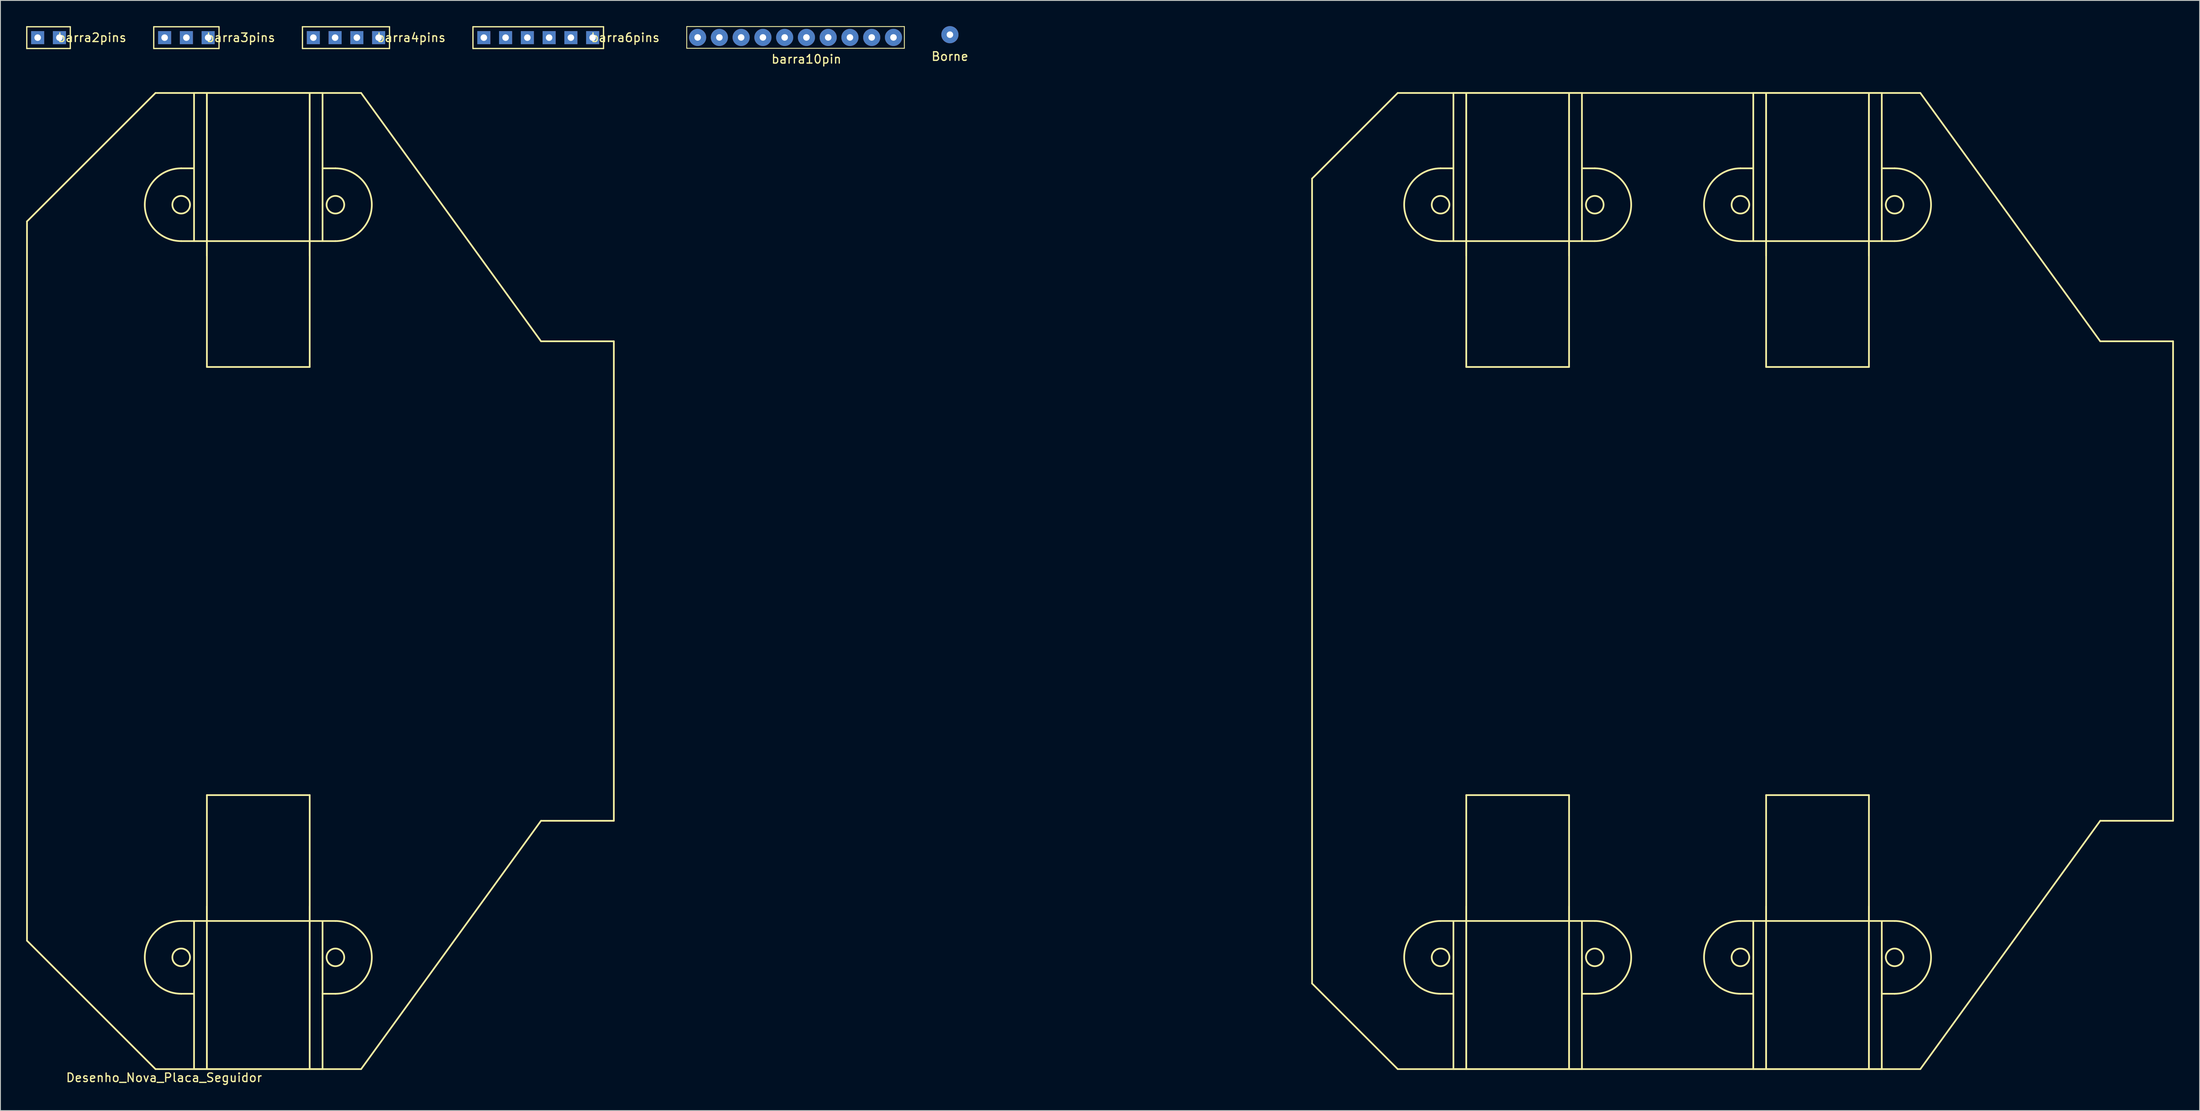
<source format=kicad_pcb>
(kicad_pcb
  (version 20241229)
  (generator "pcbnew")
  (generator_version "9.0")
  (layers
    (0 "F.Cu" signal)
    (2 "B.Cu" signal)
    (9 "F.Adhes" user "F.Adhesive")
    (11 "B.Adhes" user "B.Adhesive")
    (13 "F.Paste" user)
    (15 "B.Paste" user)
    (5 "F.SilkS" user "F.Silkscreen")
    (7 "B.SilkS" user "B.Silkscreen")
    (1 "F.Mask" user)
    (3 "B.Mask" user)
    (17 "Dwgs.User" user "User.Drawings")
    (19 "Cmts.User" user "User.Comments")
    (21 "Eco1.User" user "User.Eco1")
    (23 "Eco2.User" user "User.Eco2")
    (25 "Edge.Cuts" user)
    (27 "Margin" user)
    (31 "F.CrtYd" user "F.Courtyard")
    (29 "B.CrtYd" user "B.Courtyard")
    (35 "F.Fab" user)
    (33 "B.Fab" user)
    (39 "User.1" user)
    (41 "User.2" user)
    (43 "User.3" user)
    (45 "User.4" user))
  (footprint "barra2pins"
    (layer "F.Cu")
    (at 3.885 1.345)
    (property "Reference" "barra2pins" (at 3.81 0 0) (layer "F.SilkS") (effects (font (size 1 1) (thickness 0.15))))
    (attr through_hole)
    (fp_line (start -3.81 -1.27) (end -3.81 1.27) (stroke (width 0.15) (type solid)) (layer "F.SilkS"))
    (fp_line (start -3.81 1.27) (end 1.27 1.27) (stroke (width 0.15) (type solid)) (layer "F.SilkS"))
    (fp_line (start 1.27 -1.27) (end -3.81 -1.27) (stroke (width 0.15) (type solid)) (layer "F.SilkS"))
    (fp_line (start 1.27 1.27) (end 1.27 -1.27) (stroke (width 0.15) (type solid)) (layer "F.SilkS"))
    (pad "1" thru_hole rect (at -2.54 0) (size 1.524 1.524) (drill 0.762) (layers "*.Cu" "*.Mask"))
    (pad "2" thru_hole rect (at 0 0) (size 1.524 1.524) (drill 0.762) (layers "*.Cu" "*.Mask")))
  (footprint "barra6pins"
    (layer "F.Cu")
    (at 58.505 1.345)
    (property "Reference" "barra6pins" (at 11.43 0 0) (layer "F.SilkS") (effects (font (size 1 1) (thickness 0.15))))
    (attr through_hole)
    (fp_line (start -6.35 -1.27) (end -6.35 1.27) (stroke (width 0.15) (type solid)) (layer "F.SilkS"))
    (fp_line (start -6.35 1.27) (end 8.89 1.27) (stroke (width 0.15) (type solid)) (layer "F.SilkS"))
    (fp_line (start 8.89 -1.27) (end -6.35 -1.27) (stroke (width 0.15) (type solid)) (layer "F.SilkS"))
    (fp_line (start 8.89 1.27) (end 8.89 -1.27) (stroke (width 0.15) (type solid)) (layer "F.SilkS"))
    (pad "1" thru_hole rect (at -5.08 0) (size 1.524 1.524) (drill 0.762) (layers "*.Cu" "*.Mask"))
    (pad "2" thru_hole rect (at -2.54 0) (size 1.524 1.524) (drill 0.762) (layers "*.Cu" "*.Mask"))
    (pad "3" thru_hole rect (at 0 0) (size 1.524 1.524) (drill 0.762) (layers "*.Cu" "*.Mask"))
    (pad "4" thru_hole rect (at 2.54 0) (size 1.524 1.524) (drill 0.762) (layers "*.Cu" "*.Mask"))
    (pad "5" thru_hole rect (at 5.08 0) (size 1.524 1.524) (drill 0.762) (layers "*.Cu" "*.Mask"))
    (pad "6" thru_hole rect (at 7.62 0) (size 1.524 1.524) (drill 0.762) (layers "*.Cu" "*.Mask")))
  (footprint "Desenho_Nova_Placa_Seguidor"
    (layer "F.Cu")
    (at 15.1 121.808)
    (property "Reference" "Desenho_Nova_Placa_Seguidor" (at 1 1 0) (layer "F.SilkS") (effects (font (size 1 1) (thickness 0.15))))
    (attr through_hole)
    (fp_line (start -15 -99) (end -15 -15) (stroke (width 0.2) (type solid)) (layer "F.SilkS"))
    (fp_line (start -15 -99) (end 0 -114) (stroke (width 0.2) (type solid)) (layer "F.SilkS"))
    (fp_line (start -15 -15) (end 0 0) (stroke (width 0.2) (type solid)) (layer "F.SilkS"))
    (fp_line (start 0 -114) (end 24 -114) (stroke (width 0.2) (type solid)) (layer "F.SilkS"))
    (fp_line (start 0 0) (end 24 0) (stroke (width 0.2) (type solid)) (layer "F.SilkS"))
    (fp_line (start 3 -105.2) (end 4.5 -105.2) (stroke (width 0.2) (type solid)) (layer "F.SilkS"))
    (fp_line (start 3 -17.3) (end 4.5 -17.3) (stroke (width 0.2) (type solid)) (layer "F.SilkS"))
    (fp_line (start 4.5 -114) (end 19.5 -114) (stroke (width 0.2) (type solid)) (layer "F.SilkS"))
    (fp_line (start 4.5 -96.7) (end 3 -96.7) (stroke (width 0.2) (type solid)) (layer "F.SilkS"))
    (fp_line (start 4.5 -96.7) (end 4.5 -114) (stroke (width 0.2) (type solid)) (layer "F.SilkS"))
    (fp_line (start 4.5 -17.3) (end 4.5 0) (stroke (width 0.2) (type solid)) (layer "F.SilkS"))
    (fp_line (start 4.5 -17.3) (end 19.5 -17.3) (stroke (width 0.2) (type solid)) (layer "F.SilkS"))
    (fp_line (start 4.5 -8.8) (end 3 -8.8) (stroke (width 0.2) (type solid)) (layer "F.SilkS"))
    (fp_line (start 6 -114) (end 6 -95) (stroke (width 0.2) (type solid)) (layer "F.SilkS"))
    (fp_line (start 6 -82) (end 6 -114) (stroke (width 0.2) (type solid)) (layer "F.SilkS"))
    (fp_line (start 6 -82) (end 18 -82) (stroke (width 0.2) (type solid)) (layer "F.SilkS"))
    (fp_line (start 6 -32) (end 6 0) (stroke (width 0.2) (type solid)) (layer "F.SilkS"))
    (fp_line (start 6 -32) (end 18 -32) (stroke (width 0.2) (type solid)) (layer "F.SilkS"))
    (fp_line (start 6 -19) (end 6 0) (stroke (width 0.2) (type solid)) (layer "F.SilkS"))
    (fp_line (start 18 -95) (end 18 -114) (stroke (width 0.2) (type solid)) (layer "F.SilkS"))
    (fp_line (start 18 -82) (end 18 -114) (stroke (width 0.2) (type solid)) (layer "F.SilkS"))
    (fp_line (start 18 -32) (end 18 0) (stroke (width 0.2) (type solid)) (layer "F.SilkS"))
    (fp_line (start 18 0) (end 18 -19) (stroke (width 0.2) (type solid)) (layer "F.SilkS"))
    (fp_line (start 19.5 -105.2) (end 21 -105.2) (stroke (width 0.2) (type solid)) (layer "F.SilkS"))
    (fp_line (start 19.5 -96.7) (end 4.5 -96.7) (stroke (width 0.2) (type solid)) (layer "F.SilkS"))
    (fp_line (start 19.5 -96.7) (end 19.5 -114) (stroke (width 0.2) (type solid)) (layer "F.SilkS"))
    (fp_line (start 19.5 -17.3) (end 19.5 0) (stroke (width 0.2) (type solid)) (layer "F.SilkS"))
    (fp_line (start 19.5 -17.3) (end 21 -17.3) (stroke (width 0.2) (type solid)) (layer "F.SilkS"))
    (fp_line (start 19.5 0) (end 4.5 0) (stroke (width 0.2) (type solid)) (layer "F.SilkS"))
    (fp_line (start 21 -96.7) (end 19.5 -96.7) (stroke (width 0.2) (type solid)) (layer "F.SilkS"))
    (fp_line (start 21 -8.8) (end 19.5 -8.8) (stroke (width 0.2) (type solid)) (layer "F.SilkS"))
    (fp_line (start 45 -85) (end 24 -114) (stroke (width 0.2) (type solid)) (layer "F.SilkS"))
    (fp_line (start 45 -29) (end 24 0) (stroke (width 0.2) (type solid)) (layer "F.SilkS"))
    (fp_line (start 53.5 -85) (end 45 -85) (stroke (width 0.2) (type solid)) (layer "F.SilkS"))
    (fp_line (start 53.5 -57) (end 53.5 -85) (stroke (width 0.2) (type solid)) (layer "F.SilkS"))
    (fp_line (start 53.5 -29) (end 45 -29) (stroke (width 0.2) (type solid)) (layer "F.SilkS"))
    (fp_line (start 53.5 -29) (end 53.5 -57) (stroke (width 0.2) (type solid)) (layer "F.SilkS"))
    (fp_line (start 135 -104) (end 145 -114) (stroke (width 0.2) (type solid)) (layer "F.SilkS"))
    (fp_line (start 135 -10) (end 135 -104) (stroke (width 0.2) (type solid)) (layer "F.SilkS"))
    (fp_line (start 145 0) (end 135 -10) (stroke (width 0.2) (type solid)) (layer "F.SilkS"))
    (fp_line (start 150 -105.2) (end 151.5 -105.2) (stroke (width 0.2) (type solid)) (layer "F.SilkS"))
    (fp_line (start 150 -17.3) (end 151.5 -17.3) (stroke (width 0.2) (type solid)) (layer "F.SilkS"))
    (fp_line (start 151.5 -114) (end 166.5 -114) (stroke (width 0.2) (type solid)) (layer "F.SilkS"))
    (fp_line (start 151.5 -96.7) (end 150 -96.7) (stroke (width 0.2) (type solid)) (layer "F.SilkS"))
    (fp_line (start 151.5 -96.7) (end 151.5 -114) (stroke (width 0.2) (type solid)) (layer "F.SilkS"))
    (fp_line (start 151.5 -17.3) (end 151.5 0) (stroke (width 0.2) (type solid)) (layer "F.SilkS"))
    (fp_line (start 151.5 -17.3) (end 166.5 -17.3) (stroke (width 0.2) (type solid)) (layer "F.SilkS"))
    (fp_line (start 151.5 -8.8) (end 150 -8.8) (stroke (width 0.2) (type solid)) (layer "F.SilkS"))
    (fp_line (start 153 -114) (end 153 -95) (stroke (width 0.2) (type solid)) (layer "F.SilkS"))
    (fp_line (start 153 -82) (end 153 -114) (stroke (width 0.2) (type solid)) (layer "F.SilkS"))
    (fp_line (start 153 -82) (end 165 -82) (stroke (width 0.2) (type solid)) (layer "F.SilkS"))
    (fp_line (start 153 -32) (end 153 0) (stroke (width 0.2) (type solid)) (layer "F.SilkS"))
    (fp_line (start 153 -32) (end 165 -32) (stroke (width 0.2) (type solid)) (layer "F.SilkS"))
    (fp_line (start 153 -19) (end 153 0) (stroke (width 0.2) (type solid)) (layer "F.SilkS"))
    (fp_line (start 165 -95) (end 165 -114) (stroke (width 0.2) (type solid)) (layer "F.SilkS"))
    (fp_line (start 165 -82) (end 165 -114) (stroke (width 0.2) (type solid)) (layer "F.SilkS"))
    (fp_line (start 165 -32) (end 165 0) (stroke (width 0.2) (type solid)) (layer "F.SilkS"))
    (fp_line (start 165 0) (end 165 -19) (stroke (width 0.2) (type solid)) (layer "F.SilkS"))
    (fp_line (start 166.5 -105.2) (end 168 -105.2) (stroke (width 0.2) (type solid)) (layer "F.SilkS"))
    (fp_line (start 166.5 -96.7) (end 151.5 -96.7) (stroke (width 0.2) (type solid)) (layer "F.SilkS"))
    (fp_line (start 166.5 -96.7) (end 166.5 -114) (stroke (width 0.2) (type solid)) (layer "F.SilkS"))
    (fp_line (start 166.5 -17.3) (end 166.5 0) (stroke (width 0.2) (type solid)) (layer "F.SilkS"))
    (fp_line (start 166.5 -17.3) (end 168 -17.3) (stroke (width 0.2) (type solid)) (layer "F.SilkS"))
    (fp_line (start 166.5 0) (end 151.5 0) (stroke (width 0.2) (type solid)) (layer "F.SilkS"))
    (fp_line (start 168 -96.7) (end 166.5 -96.7) (stroke (width 0.2) (type solid)) (layer "F.SilkS"))
    (fp_line (start 168 -8.8) (end 166.5 -8.8) (stroke (width 0.2) (type solid)) (layer "F.SilkS"))
    (fp_line (start 185 -105.2) (end 186.5 -105.2) (stroke (width 0.2) (type solid)) (layer "F.SilkS"))
    (fp_line (start 185 -17.3) (end 186.5 -17.3) (stroke (width 0.2) (type solid)) (layer "F.SilkS"))
    (fp_line (start 186.5 -114) (end 201.5 -114) (stroke (width 0.2) (type solid)) (layer "F.SilkS"))
    (fp_line (start 186.5 -96.7) (end 185 -96.7) (stroke (width 0.2) (type solid)) (layer "F.SilkS"))
    (fp_line (start 186.5 -96.7) (end 186.5 -114) (stroke (width 0.2) (type solid)) (layer "F.SilkS"))
    (fp_line (start 186.5 -17.3) (end 186.5 0) (stroke (width 0.2) (type solid)) (layer "F.SilkS"))
    (fp_line (start 186.5 -17.3) (end 201.5 -17.3) (stroke (width 0.2) (type solid)) (layer "F.SilkS"))
    (fp_line (start 186.5 -8.8) (end 185 -8.8) (stroke (width 0.2) (type solid)) (layer "F.SilkS"))
    (fp_line (start 188 -114) (end 188 -95) (stroke (width 0.2) (type solid)) (layer "F.SilkS"))
    (fp_line (start 188 -82) (end 188 -114) (stroke (width 0.2) (type solid)) (layer "F.SilkS"))
    (fp_line (start 188 -82) (end 200 -82) (stroke (width 0.2) (type solid)) (layer "F.SilkS"))
    (fp_line (start 188 -32) (end 188 0) (stroke (width 0.2) (type solid)) (layer "F.SilkS"))
    (fp_line (start 188 -32) (end 200 -32) (stroke (width 0.2) (type solid)) (layer "F.SilkS"))
    (fp_line (start 188 -19) (end 188 0) (stroke (width 0.2) (type solid)) (layer "F.SilkS"))
    (fp_line (start 200 -95) (end 200 -114) (stroke (width 0.2) (type solid)) (layer "F.SilkS"))
    (fp_line (start 200 -82) (end 200 -114) (stroke (width 0.2) (type solid)) (layer "F.SilkS"))
    (fp_line (start 200 -32) (end 200 0) (stroke (width 0.2) (type solid)) (layer "F.SilkS"))
    (fp_line (start 200 0) (end 200 -19) (stroke (width 0.2) (type solid)) (layer "F.SilkS"))
    (fp_line (start 201.5 -105.2) (end 203 -105.2) (stroke (width 0.2) (type solid)) (layer "F.SilkS"))
    (fp_line (start 201.5 -96.7) (end 186.5 -96.7) (stroke (width 0.2) (type solid)) (layer "F.SilkS"))
    (fp_line (start 201.5 -96.7) (end 201.5 -114) (stroke (width 0.2) (type solid)) (layer "F.SilkS"))
    (fp_line (start 201.5 -17.3) (end 201.5 0) (stroke (width 0.2) (type solid)) (layer "F.SilkS"))
    (fp_line (start 201.5 -17.3) (end 203 -17.3) (stroke (width 0.2) (type solid)) (layer "F.SilkS"))
    (fp_line (start 201.5 0) (end 186.5 0) (stroke (width 0.2) (type solid)) (layer "F.SilkS"))
    (fp_line (start 203 -96.7) (end 201.5 -96.7) (stroke (width 0.2) (type solid)) (layer "F.SilkS"))
    (fp_line (start 203 -8.8) (end 201.5 -8.8) (stroke (width 0.2) (type solid)) (layer "F.SilkS"))
    (fp_line (start 206 -114) (end 145 -114) (stroke (width 0.2) (type solid)) (layer "F.SilkS"))
    (fp_line (start 206 0) (end 145 0) (stroke (width 0.2) (type solid)) (layer "F.SilkS"))
    (fp_line (start 227 -85) (end 206 -114) (stroke (width 0.2) (type solid)) (layer "F.SilkS"))
    (fp_line (start 227 -29) (end 206 0) (stroke (width 0.2) (type solid)) (layer "F.SilkS"))
    (fp_line (start 235.5 -85) (end 227 -85) (stroke (width 0.2) (type solid)) (layer "F.SilkS"))
    (fp_line (start 235.5 -57) (end 235.5 -85) (stroke (width 0.2) (type solid)) (layer "F.SilkS"))
    (fp_line (start 235.5 -29) (end 227 -29) (stroke (width 0.2) (type solid)) (layer "F.SilkS"))
    (fp_line (start 235.5 -29) (end 235.5 -57) (stroke (width 0.2) (type solid)) (layer "F.SilkS"))
    (fp_arc (start 3 -96.7) (mid -1.25 -100.95) (end 3 -105.2) (stroke (width 0.2) (type solid)) (layer "F.SilkS"))
    (fp_arc (start 3 -8.8) (mid -1.25 -13.05) (end 3 -17.3) (stroke (width 0.2) (type solid)) (layer "F.SilkS"))
    (fp_arc (start 21 -105.2) (mid 25.25 -100.95) (end 21 -96.7) (stroke (width 0.2) (type solid)) (layer "F.SilkS"))
    (fp_arc (start 21 -17.3) (mid 25.25 -13.05) (end 21 -8.8) (stroke (width 0.2) (type solid)) (layer "F.SilkS"))
    (fp_arc (start 150 -96.7) (mid 145.75 -100.95) (end 150 -105.2) (stroke (width 0.2) (type solid)) (layer "F.SilkS"))
    (fp_arc (start 150 -8.8) (mid 145.75 -13.05) (end 150 -17.3) (stroke (width 0.2) (type solid)) (layer "F.SilkS"))
    (fp_arc (start 168 -105.2) (mid 172.25 -100.95) (end 168 -96.7) (stroke (width 0.2) (type solid)) (layer "F.SilkS"))
    (fp_arc (start 168 -17.3) (mid 172.25 -13.05) (end 168 -8.8) (stroke (width 0.2) (type solid)) (layer "F.SilkS"))
    (fp_arc (start 185 -96.7) (mid 180.75 -100.95) (end 185 -105.2) (stroke (width 0.2) (type solid)) (layer "F.SilkS"))
    (fp_arc (start 185 -8.8) (mid 180.75 -13.05) (end 185 -17.3) (stroke (width 0.2) (type solid)) (layer "F.SilkS"))
    (fp_arc (start 203 -105.2) (mid 207.25 -100.95) (end 203 -96.7) (stroke (width 0.2) (type solid)) (layer "F.SilkS"))
    (fp_arc (start 203 -17.3) (mid 207.25 -13.05) (end 203 -8.8) (stroke (width 0.2) (type solid)) (layer "F.SilkS"))
    (fp_circle (center 3 -100.95) (end 2 -100.7) (stroke (width 0.2) (type solid)) (fill no) (layer "F.SilkS"))
    (fp_circle (center 3 -13.05) (end 2 -12.8) (stroke (width 0.2) (type solid)) (fill no) (layer "F.SilkS"))
    (fp_circle (center 21 -100.95) (end 22 -101.2) (stroke (width 0.2) (type solid)) (fill no) (layer "F.SilkS"))
    (fp_circle (center 21 -13.05) (end 22 -13.3) (stroke (width 0.2) (type solid)) (fill no) (layer "F.SilkS"))
    (fp_circle (center 150 -100.95) (end 149 -100.7) (stroke (width 0.2) (type solid)) (fill no) (layer "F.SilkS"))
    (fp_circle (center 150 -13.05) (end 149 -12.8) (stroke (width 0.2) (type solid)) (fill no) (layer "F.SilkS"))
    (fp_circle (center 168 -100.95) (end 169 -101.2) (stroke (width 0.2) (type solid)) (fill no) (layer "F.SilkS"))
    (fp_circle (center 168 -13.05) (end 169 -13.3) (stroke (width 0.2) (type solid)) (fill no) (layer "F.SilkS"))
    (fp_circle (center 185 -100.95) (end 184 -100.7) (stroke (width 0.2) (type solid)) (fill no) (layer "F.SilkS"))
    (fp_circle (center 185 -13.05) (end 184 -12.8) (stroke (width 0.2) (type solid)) (fill no) (layer "F.SilkS"))
    (fp_circle (center 203 -100.95) (end 204 -101.2) (stroke (width 0.2) (type solid)) (fill no) (layer "F.SilkS"))
    (fp_circle (center 203 -13.05) (end 204 -13.3) (stroke (width 0.2) (type solid)) (fill no) (layer "F.SilkS")))
  (footprint "barra3pins"
    (layer "F.Cu")
    (at 18.705 1.345)
    (property "Reference" "barra3pins" (at 6.35 0 0) (layer "F.SilkS") (effects (font (size 1 1) (thickness 0.15))))
    (attr through_hole)
    (fp_line (start -3.81 -1.27) (end -3.81 1.27) (stroke (width 0.15) (type solid)) (layer "F.SilkS"))
    (fp_line (start -3.81 1.27) (end 3.81 1.27) (stroke (width 0.15) (type solid)) (layer "F.SilkS"))
    (fp_line (start 3.81 -1.27) (end -3.81 -1.27) (stroke (width 0.15) (type solid)) (layer "F.SilkS"))
    (fp_line (start 3.81 1.27) (end 3.81 -1.27) (stroke (width 0.15) (type solid)) (layer "F.SilkS"))
    (pad "1" thru_hole rect (at -2.54 0) (size 1.524 1.524) (drill 0.762) (layers "*.Cu" "*.Mask"))
    (pad "2" thru_hole rect (at 0 0) (size 1.524 1.524) (drill 0.762) (layers "*.Cu" "*.Mask"))
    (pad "3" thru_hole rect (at 2.54 0) (size 1.524 1.524) (drill 0.762) (layers "*.Cu" "*.Mask")))
  (footprint "barra4pins"
    (layer "F.Cu")
    (at 38.605 1.345)
    (property "Reference" "barra4pins" (at 6.35 0 0) (layer "F.SilkS") (effects (font (size 1 1) (thickness 0.15))))
    (attr through_hole)
    (fp_line (start -6.35 -1.27) (end -6.35 1.27) (stroke (width 0.15) (type solid)) (layer "F.SilkS"))
    (fp_line (start -6.35 1.27) (end 3.81 1.27) (stroke (width 0.15) (type solid)) (layer "F.SilkS"))
    (fp_line (start 3.81 -1.27) (end -6.35 -1.27) (stroke (width 0.15) (type solid)) (layer "F.SilkS"))
    (fp_line (start 3.81 1.27) (end 3.81 -1.27) (stroke (width 0.15) (type solid)) (layer "F.SilkS"))
    (pad "1" thru_hole rect (at -5.08 0) (size 1.524 1.524) (drill 0.762) (layers "*.Cu" "*.Mask"))
    (pad "2" thru_hole rect (at -2.54 0) (size 1.524 1.524) (drill 0.762) (layers "*.Cu" "*.Mask"))
    (pad "3" thru_hole rect (at 0 0) (size 1.524 1.524) (drill 0.762) (layers "*.Cu" "*.Mask"))
    (pad "4" thru_hole rect (at 2.54 0) (size 1.524 1.524) (drill 0.762) (layers "*.Cu" "*.Mask")))
  (footprint "barra10pin"
    (layer "F.Cu")
    (at 91.08 1.32)
    (property "Reference" "barra10pin" (at 0 2.54 0) (layer "F.SilkS") (effects (font (size 1 1) (thickness 0.15))))
    (attr through_hole)
    (fp_line (start -13.97 -1.27) (end -13.97 1.27) (stroke (width 0.1) (type solid)) (layer "F.SilkS"))
    (fp_line (start -13.97 1.27) (end 11.43 1.27) (stroke (width 0.1) (type solid)) (layer "F.SilkS"))
    (fp_line (start 11.43 -1.27) (end -13.97 -1.27) (stroke (width 0.1) (type solid)) (layer "F.SilkS"))
    (fp_line (start 11.43 1.27) (end 11.43 -1.27) (stroke (width 0.1) (type solid)) (layer "F.SilkS"))
    (pad "1" thru_hole circle (at -12.7 0) (size 2 2) (drill 0.762) (layers "*.Cu" "*.Mask"))
    (pad "2" thru_hole circle (at -10.16 0) (size 2 2) (drill 0.762) (layers "*.Cu" "*.Mask"))
    (pad "3" thru_hole circle (at -7.62 0) (size 2 2) (drill 0.762) (layers "*.Cu" "*.Mask"))
    (pad "4" thru_hole circle (at -5.08 0) (size 2 2) (drill 0.762) (layers "*.Cu" "*.Mask"))
    (pad "5" thru_hole circle (at -2.54 0) (size 2 2) (drill 0.762) (layers "*.Cu" "*.Mask"))
    (pad "6" thru_hole circle (at 0 0) (size 2 2) (drill 0.762) (layers "*.Cu" "*.Mask"))
    (pad "7" thru_hole circle (at 2.54 0) (size 2 2) (drill 0.762) (layers "*.Cu" "*.Mask"))
    (pad "8" thru_hole circle (at 5.08 0) (size 2 2) (drill 0.762) (layers "*.Cu" "*.Mask"))
    (pad "9" thru_hole circle (at 7.62 0) (size 2 2) (drill 0.762) (layers "*.Cu" "*.Mask"))
    (pad "10" thru_hole circle (at 10.16 0) (size 2 2) (drill 0.762) (layers "*.Cu" "*.Mask")))
  (footprint "Borne"
    (layer "F.Cu")
    (at 107.828 1)
    (property "Reference" "Borne" (at 0 2.54 0) (layer "F.SilkS") (effects (font (size 1 1) (thickness 0.15))))
    (attr through_hole)
    (pad "1" thru_hole circle (at 0 0) (size 2 2) (drill 0.762) (layers "*.Cu" "*.Mask")))
  (gr_rect
    (start -3 -3)
    (end 253.7 126.656)
    (stroke (width 0.1) (type default))
    (fill no)
    (layer "Edge.Cuts")))
</source>
